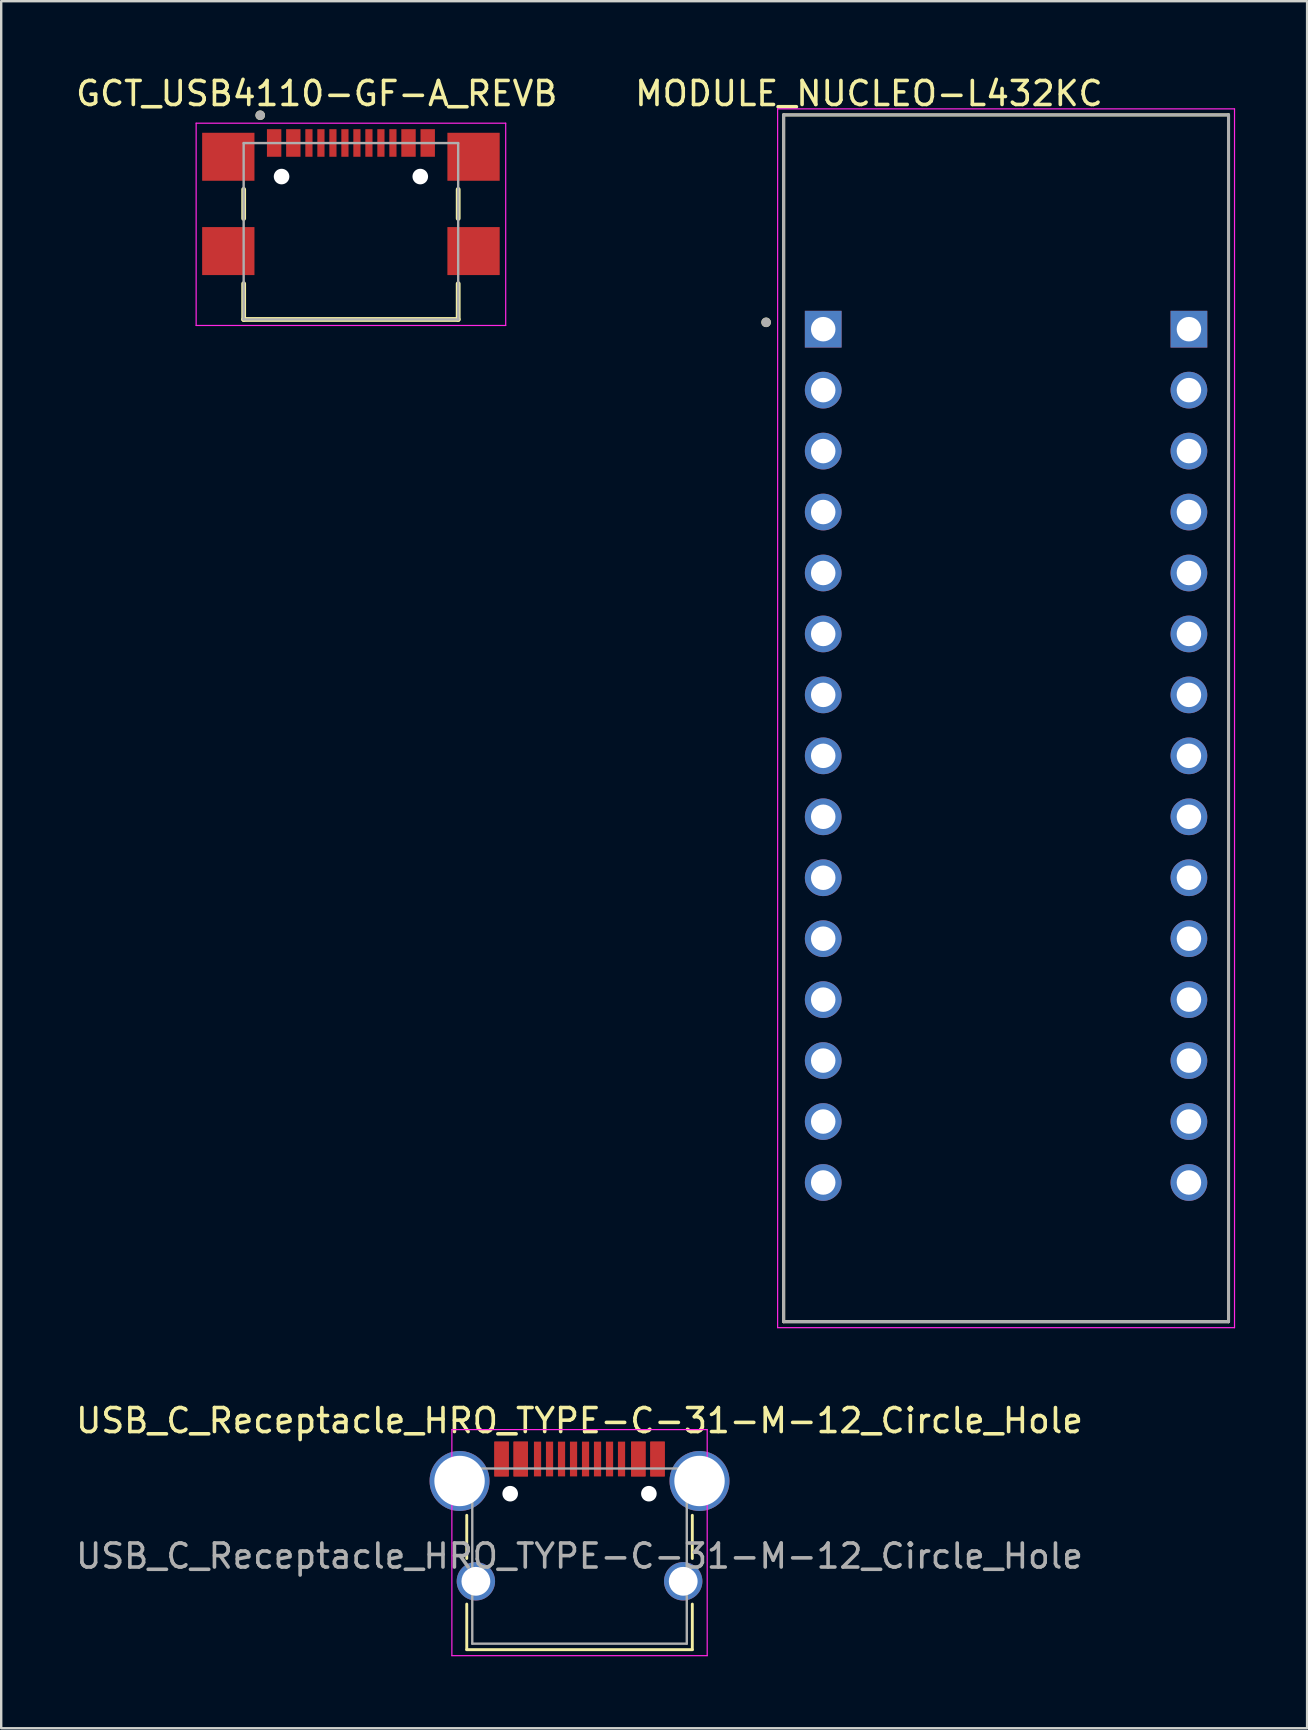
<source format=kicad_pcb>
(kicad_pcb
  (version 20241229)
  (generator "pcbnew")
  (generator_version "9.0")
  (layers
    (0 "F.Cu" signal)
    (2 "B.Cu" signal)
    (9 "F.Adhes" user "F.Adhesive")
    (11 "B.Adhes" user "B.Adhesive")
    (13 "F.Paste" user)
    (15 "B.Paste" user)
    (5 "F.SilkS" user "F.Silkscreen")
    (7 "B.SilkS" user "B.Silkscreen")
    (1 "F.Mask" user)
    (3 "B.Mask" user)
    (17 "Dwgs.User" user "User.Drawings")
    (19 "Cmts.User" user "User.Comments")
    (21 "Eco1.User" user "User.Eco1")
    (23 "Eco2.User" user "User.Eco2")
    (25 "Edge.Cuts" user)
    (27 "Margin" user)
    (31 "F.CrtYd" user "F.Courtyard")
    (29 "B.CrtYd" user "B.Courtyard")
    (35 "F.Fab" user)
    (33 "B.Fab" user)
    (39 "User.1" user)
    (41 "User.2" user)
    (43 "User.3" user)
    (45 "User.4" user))
  (footprint "MODULE_NUCLEO-L432KC"
    (layer "F.Cu")
    (at 38.876 26.883)
    (property "Reference" "MODULE_NUCLEO-L432KC" (at -5.715 -26.035 0) (layer "F.SilkS") (effects (font (size 1 1) (thickness 0.15))))
    (attr through_hole)
    (fp_line (start -9.27 -25.145) (end 9.27 -25.145) (stroke (width 0.127) (type solid)) (layer "F.SilkS"))
    (fp_line (start -9.27 25.145) (end -9.27 -25.145) (stroke (width 0.127) (type solid)) (layer "F.SilkS"))
    (fp_line (start 9.27 -25.145) (end 9.27 25.145) (stroke (width 0.127) (type solid)) (layer "F.SilkS"))
    (fp_line (start 9.27 25.145) (end -9.27 25.145) (stroke (width 0.127) (type solid)) (layer "F.SilkS"))
    (fp_circle (center -10 -16.5) (end -9.9 -16.5) (stroke (width 0.2) (type solid)) (fill no) (layer "F.SilkS"))
    (fp_line (start -9.52 -25.395) (end 9.52 -25.395) (stroke (width 0.05) (type solid)) (layer "F.CrtYd"))
    (fp_line (start -9.52 25.395) (end -9.52 -25.395) (stroke (width 0.05) (type solid)) (layer "F.CrtYd"))
    (fp_line (start 9.52 -25.395) (end 9.52 25.395) (stroke (width 0.05) (type solid)) (layer "F.CrtYd"))
    (fp_line (start 9.52 25.395) (end -9.52 25.395) (stroke (width 0.05) (type solid)) (layer "F.CrtYd"))
    (fp_line (start -9.27 -25.145) (end 9.27 -25.145) (stroke (width 0.127) (type solid)) (layer "F.Fab"))
    (fp_line (start -9.27 25.145) (end -9.27 -25.145) (stroke (width 0.127) (type solid)) (layer "F.Fab"))
    (fp_line (start 9.27 -25.145) (end 9.27 25.145) (stroke (width 0.127) (type solid)) (layer "F.Fab"))
    (fp_line (start 9.27 25.145) (end -9.27 25.145) (stroke (width 0.127) (type solid)) (layer "F.Fab"))
    (fp_circle (center -10 -16.5) (end -9.9 -16.5) (stroke (width 0.2) (type solid)) (fill no) (layer "F.Fab"))
    (pad "3V3" thru_hole circle (at 7.62 16.805) (size 1.53 1.53) (drill 1.02) (layers "*.Cu" "*.Mask"))
    (pad "5V" thru_hole circle (at 7.62 -8.595) (size 1.53 1.53) (drill 1.02) (layers "*.Cu" "*.Mask"))
    (pad "A0" thru_hole circle (at 7.62 11.725) (size 1.53 1.53) (drill 1.02) (layers "*.Cu" "*.Mask"))
    (pad "A1" thru_hole circle (at 7.62 9.185) (size 1.53 1.53) (drill 1.02) (layers "*.Cu" "*.Mask"))
    (pad "A2" thru_hole circle (at 7.62 6.645) (size 1.53 1.53) (drill 1.02) (layers "*.Cu" "*.Mask"))
    (pad "A3" thru_hole circle (at 7.62 4.105) (size 1.53 1.53) (drill 1.02) (layers "*.Cu" "*.Mask"))
    (pad "A4" thru_hole circle (at 7.62 1.565) (size 1.53 1.53) (drill 1.02) (layers "*.Cu" "*.Mask"))
    (pad "A5" thru_hole circle (at 7.62 -0.975) (size 1.53 1.53) (drill 1.02) (layers "*.Cu" "*.Mask"))
    (pad "A6" thru_hole circle (at 7.62 -3.515) (size 1.53 1.53) (drill 1.02) (layers "*.Cu" "*.Mask"))
    (pad "A7" thru_hole circle (at 7.62 -6.055) (size 1.53 1.53) (drill 1.02) (layers "*.Cu" "*.Mask"))
    (pad "D0" thru_hole circle (at -7.62 -13.675) (size 1.53 1.53) (drill 1.02) (layers "*.Cu" "*.Mask"))
    (pad "D1" thru_hole rect (at -7.62 -16.215) (size 1.53 1.53) (drill 1.02) (layers "*.Cu" "*.Mask"))
    (pad "D2" thru_hole circle (at -7.62 -6.055) (size 1.53 1.53) (drill 1.02) (layers "*.Cu" "*.Mask"))
    (pad "D3" thru_hole circle (at -7.62 -3.515) (size 1.53 1.53) (drill 1.02) (layers "*.Cu" "*.Mask"))
    (pad "D4" thru_hole circle (at -7.62 -0.975) (size 1.53 1.53) (drill 1.02) (layers "*.Cu" "*.Mask"))
    (pad "D5" thru_hole circle (at -7.62 1.565) (size 1.53 1.53) (drill 1.02) (layers "*.Cu" "*.Mask"))
    (pad "D6" thru_hole circle (at -7.62 4.105) (size 1.53 1.53) (drill 1.02) (layers "*.Cu" "*.Mask"))
    (pad "D7" thru_hole circle (at -7.62 6.645) (size 1.53 1.53) (drill 1.02) (layers "*.Cu" "*.Mask"))
    (pad "D8" thru_hole circle (at -7.62 9.185) (size 1.53 1.53) (drill 1.02) (layers "*.Cu" "*.Mask"))
    (pad "D9" thru_hole circle (at -7.62 11.725) (size 1.53 1.53) (drill 1.02) (layers "*.Cu" "*.Mask"))
    (pad "D10" thru_hole circle (at -7.62 14.265) (size 1.53 1.53) (drill 1.02) (layers "*.Cu" "*.Mask"))
    (pad "D11" thru_hole circle (at -7.62 16.805) (size 1.53 1.53) (drill 1.02) (layers "*.Cu" "*.Mask"))
    (pad "D12" thru_hole circle (at -7.62 19.345) (size 1.53 1.53) (drill 1.02) (layers "*.Cu" "*.Mask"))
    (pad "D13" thru_hole circle (at 7.62 19.345) (size 1.53 1.53) (drill 1.02) (layers "*.Cu" "*.Mask"))
    (pad "GND" thru_hole circle (at -7.62 -8.595) (size 1.53 1.53) (drill 1.02) (layers "*.Cu" "*.Mask"))
    (pad "GND" thru_hole circle (at 7.62 -13.675) (size 1.53 1.53) (drill 1.02) (layers "*.Cu" "*.Mask"))
    (pad "REF" thru_hole circle (at 7.62 14.265) (size 1.53 1.53) (drill 1.02) (layers "*.Cu" "*.Mask"))
    (pad "RST3" thru_hole circle (at -7.62 -11.135) (size 1.53 1.53) (drill 1.02) (layers "*.Cu" "*.Mask"))
    (pad "RST4" thru_hole circle (at 7.62 -11.135) (size 1.53 1.53) (drill 1.02) (layers "*.Cu" "*.Mask"))
    (pad "VIN" thru_hole rect (at 7.62 -16.215) (size 1.53 1.53) (drill 1.02) (layers "*.Cu" "*.Mask")))
  (footprint "GCT_USB4110-GF-A_REVB"
    (layer "F.Cu")
    (at 11.574 3.983)
    (property "Reference" "GCT_USB4110-GF-A_REVB" (at -1.425 -3.135 0) (layer "F.SilkS") (effects (font (size 1 1) (thickness 0.15))))
    (attr smd)
    (fp_line (start -4.47 0.86) (end -4.47 2.07) (stroke (width 0.2) (type solid)) (layer "F.SilkS"))
    (fp_line (start -4.47 4.79) (end -4.47 6.28) (stroke (width 0.2) (type solid)) (layer "F.SilkS"))
    (fp_line (start -4.47 6.28) (end 4.47 6.28) (stroke (width 0.2) (type solid)) (layer "F.SilkS"))
    (fp_line (start 4.47 0.86) (end 4.47 2.07) (stroke (width 0.2) (type solid)) (layer "F.SilkS"))
    (fp_line (start 4.47 6.28) (end 4.47 4.79) (stroke (width 0.2) (type solid)) (layer "F.SilkS"))
    (fp_circle (center -3.78 -2.23) (end -3.68 -2.23) (stroke (width 0.2) (type solid)) (fill no) (layer "F.SilkS"))
    (fp_line (start -6.45 -1.9) (end 6.45 -1.9) (stroke (width 0.05) (type solid)) (layer "F.CrtYd"))
    (fp_line (start -6.45 6.53) (end -6.45 -1.9) (stroke (width 0.05) (type solid)) (layer "F.CrtYd"))
    (fp_line (start 6.45 -1.9) (end 6.45 6.53) (stroke (width 0.05) (type solid)) (layer "F.CrtYd"))
    (fp_line (start 6.45 6.53) (end -6.45 6.53) (stroke (width 0.05) (type solid)) (layer "F.CrtYd"))
    (fp_line (start -4.47 -1.07) (end -4.47 6.28) (stroke (width 0.1) (type solid)) (layer "F.Fab"))
    (fp_line (start -4.47 6.28) (end 4.47 6.28) (stroke (width 0.1) (type solid)) (layer "F.Fab"))
    (fp_line (start 4.47 -1.07) (end -4.47 -1.07) (stroke (width 0.1) (type solid)) (layer "F.Fab"))
    (fp_line (start 4.47 6.28) (end 4.47 -1.07) (stroke (width 0.1) (type solid)) (layer "F.Fab"))
    (fp_circle (center -3.78 -2.23) (end -3.68 -2.23) (stroke (width 0.2) (type solid)) (fill no) (layer "F.Fab"))
    (pad "" np_thru_hole circle (at -2.89 0.325) (size 0.65 0.65) (drill 0.65) (layers "*.Cu" "*.Mask"))
    (pad "" np_thru_hole circle (at 2.89 0.325) (size 0.65 0.65) (drill 0.65) (layers "*.Cu" "*.Mask"))
    (pad "A1/B12" smd rect (at -3.2 -1.075) (size 0.6 1.15) (layers "F.Cu" "F.Mask" "F.Paste"))
    (pad "A4/B9" smd rect (at -2.4 -1.075) (size 0.6 1.15) (layers "F.Cu" "F.Mask" "F.Paste"))
    (pad "A5" smd rect (at -1.25 -1.075) (size 0.3 1.15) (layers "F.Cu" "F.Mask" "F.Paste"))
    (pad "A6" smd rect (at -0.25 -1.075) (size 0.3 1.15) (layers "F.Cu" "F.Mask" "F.Paste"))
    (pad "A7" smd rect (at 0.25 -1.075) (size 0.3 1.15) (layers "F.Cu" "F.Mask" "F.Paste"))
    (pad "A8" smd rect (at 1.25 -1.075) (size 0.3 1.15) (layers "F.Cu" "F.Mask" "F.Paste"))
    (pad "B1/A12" smd rect (at 3.2 -1.075) (size 0.6 1.15) (layers "F.Cu" "F.Mask" "F.Paste"))
    (pad "B4/A9" smd rect (at 2.4 -1.075) (size 0.6 1.15) (layers "F.Cu" "F.Mask" "F.Paste"))
    (pad "B5" smd rect (at 1.75 -1.075) (size 0.3 1.15) (layers "F.Cu" "F.Mask" "F.Paste"))
    (pad "B6" smd rect (at 0.75 -1.075) (size 0.3 1.15) (layers "F.Cu" "F.Mask" "F.Paste"))
    (pad "B7" smd rect (at -0.75 -1.075) (size 0.3 1.15) (layers "F.Cu" "F.Mask" "F.Paste"))
    (pad "B8" smd rect (at -1.75 -1.075) (size 0.3 1.15) (layers "F.Cu" "F.Mask" "F.Paste"))
    (pad "S1" smd rect (at -5.11 -0.5) (size 2.18 2) (layers "F.Cu" "F.Mask" "F.Paste"))
    (pad "S2" smd rect (at 5.11 -0.5) (size 2.18 2) (layers "F.Cu" "F.Mask" "F.Paste"))
    (pad "S3" smd rect (at -5.11 3.43) (size 2.18 2) (layers "F.Cu" "F.Mask" "F.Paste"))
    (pad "S4" smd rect (at 5.11 3.43) (size 2.18 2) (layers "F.Cu" "F.Mask" "F.Paste")))
  (footprint "USB_C_Receptacle_HRO_TYPE-C-31-M-12_Circle_Hole"
    (layer "F.Cu")
    (at 21.101 61.797)
    (property "Reference" "USB_C_Receptacle_HRO_TYPE-C-31-M-12_Circle_Hole" (at 0 -5.645 0) (layer "F.SilkS") (effects (font (size 1 1) (thickness 0.15))))
    (attr smd)
    (fp_line (start -4.7 -1.7) (end -4.7 0.1) (stroke (width 0.12) (type solid)) (layer "F.SilkS"))
    (fp_line (start -4.7 2) (end -4.7 3.9) (stroke (width 0.12) (type solid)) (layer "F.SilkS"))
    (fp_line (start -4.7 3.9) (end 4.7 3.9) (stroke (width 0.12) (type solid)) (layer "F.SilkS"))
    (fp_line (start 4.7 -1.7) (end 4.7 0.1) (stroke (width 0.12) (type solid)) (layer "F.SilkS"))
    (fp_line (start 4.7 2) (end 4.7 3.9) (stroke (width 0.12) (type solid)) (layer "F.SilkS"))
    (fp_line (start -5.32 -5.27) (end -5.32 4.15) (stroke (width 0.05) (type solid)) (layer "F.CrtYd"))
    (fp_line (start -5.32 -5.27) (end 5.32 -5.27) (stroke (width 0.05) (type solid)) (layer "F.CrtYd"))
    (fp_line (start -5.32 4.15) (end 5.32 4.15) (stroke (width 0.05) (type solid)) (layer "F.CrtYd"))
    (fp_line (start 5.32 -5.27) (end 5.32 4.15) (stroke (width 0.05) (type solid)) (layer "F.CrtYd"))
    (fp_line (start -4.47 -3.65) (end -4.47 3.65) (stroke (width 0.1) (type solid)) (layer "F.Fab"))
    (fp_line (start -4.47 -3.65) (end 4.47 -3.65) (stroke (width 0.1) (type solid)) (layer "F.Fab"))
    (fp_line (start -4.47 3.65) (end 4.47 3.65) (stroke (width 0.1) (type solid)) (layer "F.Fab"))
    (fp_line (start 4.47 -3.65) (end 4.47 3.65) (stroke (width 0.1) (type solid)) (layer "F.Fab"))
    (fp_text user "${REFERENCE}" (at 0 0 0) (layer "F.Fab") (effects (font (size 1 1) (thickness 0.15))))
    (pad "" np_thru_hole circle (at -2.89 -2.6) (size 0.65 0.65) (drill 0.65) (layers "*.Cu" "*.Mask"))
    (pad "" np_thru_hole circle (at 2.89 -2.6) (size 0.65 0.65) (drill 0.65) (layers "*.Cu" "*.Mask"))
    (pad "A1" smd rect (at -3.25 -4.045) (size 0.6 1.45) (layers "F.Cu" "F.Mask" "F.Paste"))
    (pad "A4" smd rect (at -2.45 -4.045) (size 0.6 1.45) (layers "F.Cu" "F.Mask" "F.Paste"))
    (pad "A5" smd rect (at -1.25 -4.045) (size 0.3 1.45) (layers "F.Cu" "F.Mask" "F.Paste"))
    (pad "A6" smd rect (at -0.25 -4.045) (size 0.3 1.45) (layers "F.Cu" "F.Mask" "F.Paste"))
    (pad "A7" smd rect (at 0.25 -4.045) (size 0.3 1.45) (layers "F.Cu" "F.Mask" "F.Paste"))
    (pad "A8" smd rect (at 1.25 -4.045) (size 0.3 1.45) (layers "F.Cu" "F.Mask" "F.Paste"))
    (pad "A9" smd rect (at 2.45 -4.045) (size 0.6 1.45) (layers "F.Cu" "F.Mask" "F.Paste"))
    (pad "A12" smd rect (at 3.25 -4.045) (size 0.6 1.45) (layers "F.Cu" "F.Mask" "F.Paste"))
    (pad "B1" smd rect (at 3.25 -4.045) (size 0.6 1.45) (layers "F.Cu" "F.Mask" "F.Paste"))
    (pad "B4" smd rect (at 2.45 -4.045) (size 0.6 1.45) (layers "F.Cu" "F.Mask" "F.Paste"))
    (pad "B5" smd rect (at 1.75 -4.045) (size 0.3 1.45) (layers "F.Cu" "F.Mask" "F.Paste"))
    (pad "B6" smd rect (at 0.75 -4.045) (size 0.3 1.45) (layers "F.Cu" "F.Mask" "F.Paste"))
    (pad "B7" smd rect (at -0.75 -4.045) (size 0.3 1.45) (layers "F.Cu" "F.Mask" "F.Paste"))
    (pad "B8" smd rect (at -1.75 -4.045) (size 0.3 1.45) (layers "F.Cu" "F.Mask" "F.Paste"))
    (pad "B9" smd rect (at -2.45 -4.045) (size 0.6 1.45) (layers "F.Cu" "F.Mask" "F.Paste"))
    (pad "B12" smd rect (at -3.25 -4.045) (size 0.6 1.45) (layers "F.Cu" "F.Mask" "F.Paste"))
    (pad "S1" thru_hole circle (at -5 -3.13) (size 2.5 2.5) (drill 2.1) (layers "*.Cu" "*.Mask"))
    (pad "S1" thru_hole circle (at -4.32 1.05) (size 1.6 1.6) (drill 1.2) (layers "*.Cu" "*.Mask"))
    (pad "S1" thru_hole circle (at 4.32 1.05) (size 1.6 1.6) (drill 1.2) (layers "*.Cu" "*.Mask"))
    (pad "S1" thru_hole circle (at 5 -3.13) (size 2.5 2.5) (drill 2.1) (layers "*.Cu" "*.Mask")))
  (gr_rect
    (start -3 -3)
    (end 51.421 68.972)
    (stroke (width 0.1) (type default))
    (fill no)
    (layer "Edge.Cuts")))
</source>
